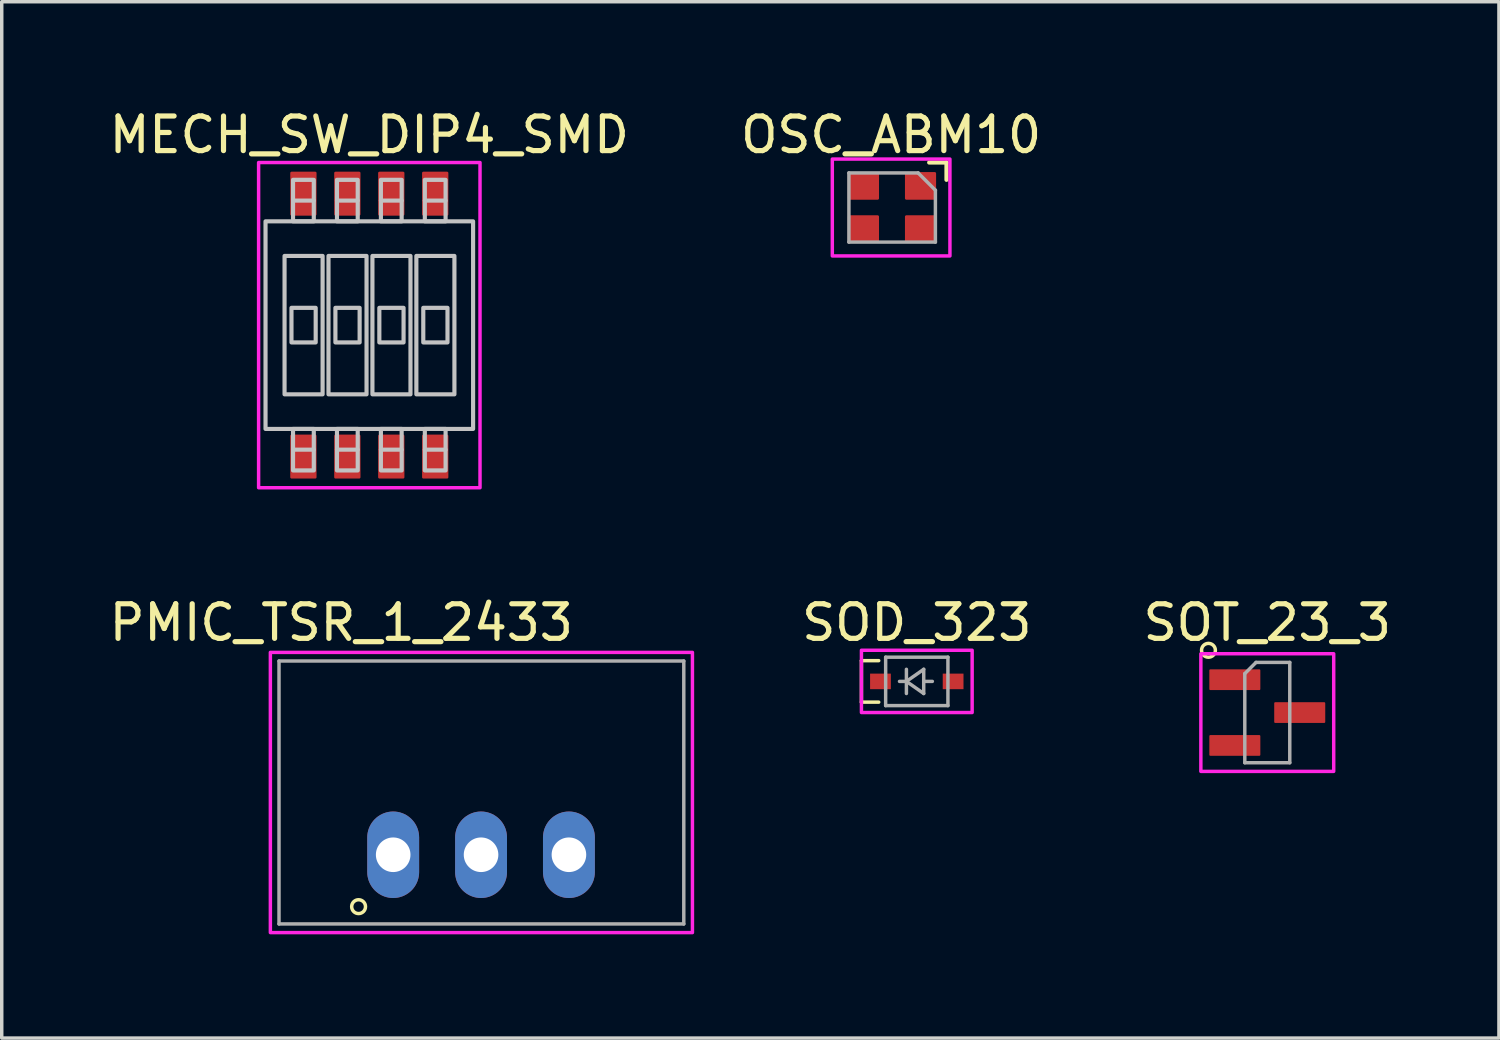
<source format=kicad_pcb>
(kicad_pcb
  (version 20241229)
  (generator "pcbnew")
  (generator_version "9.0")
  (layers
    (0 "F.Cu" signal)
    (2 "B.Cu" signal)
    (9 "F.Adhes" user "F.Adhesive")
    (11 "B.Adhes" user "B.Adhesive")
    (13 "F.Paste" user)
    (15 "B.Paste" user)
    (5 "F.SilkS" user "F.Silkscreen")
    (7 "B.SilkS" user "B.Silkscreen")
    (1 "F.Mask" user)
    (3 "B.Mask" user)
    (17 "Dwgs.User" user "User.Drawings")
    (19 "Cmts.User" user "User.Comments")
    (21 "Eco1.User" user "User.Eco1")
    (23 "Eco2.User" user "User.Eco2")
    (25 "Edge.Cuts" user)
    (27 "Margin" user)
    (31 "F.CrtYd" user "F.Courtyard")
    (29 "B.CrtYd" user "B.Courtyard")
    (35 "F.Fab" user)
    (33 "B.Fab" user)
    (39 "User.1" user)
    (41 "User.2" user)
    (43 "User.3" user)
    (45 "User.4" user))
  (footprint "PMIC_TSR_1_2433"
    (layer "F.Cu")
    (at 8.315 21.657)
    (property "Reference" "PMIC_TSR_1_2433" (at -1.5 -6.71 0) (layer "F.SilkS") (effects (font (size 1 1) (thickness 0.15))))
    (attr through_hole)
    (fp_circle (center -1 1.5) (end -0.8 1.5) (stroke (width 0.1) (type default)) (fill no) (layer "F.SilkS"))
    (fp_rect (start -3.55 2.25) (end 8.65 -5.85) (stroke (width 0.1) (type default)) (fill no) (layer "F.CrtYd"))
    (fp_line (start -3.3 -5.6) (end 8.4 -5.6) (stroke (width 0.1) (type solid)) (layer "F.Fab"))
    (fp_line (start -3.3 2) (end -3.3 -5.6) (stroke (width 0.1) (type solid)) (layer "F.Fab"))
    (fp_line (start -3.3 2) (end 8.4 2) (stroke (width 0.1) (type solid)) (layer "F.Fab"))
    (fp_line (start 8.4 2) (end 8.4 -5.6) (stroke (width 0.1) (type solid)) (layer "F.Fab"))
    (pad "1" thru_hole oval (at 0 0) (size 1.5 2.5) (drill 1) (layers "*.Cu" "*.Mask"))
    (pad "2" thru_hole oval (at 2.54 0) (size 1.5 2.5) (drill 1) (layers "*.Cu" "*.Mask"))
    (pad "3" thru_hole oval (at 5.08 0) (size 1.5 2.5) (drill 1) (layers "*.Cu" "*.Mask")))
  (footprint "OSC_ABM10"
    (layer "F.Cu")
    (at 22.733 2.948)
    (property "Reference" "OSC_ABM10" (at -0.025 -2.1 0) (unlocked yes) (layer "F.SilkS") (effects (font (size 1 1) (thickness 0.15))))
    (attr smd)
    (fp_line (start 1.075 -1.3) (end 1.575 -1.3) (stroke (width 0.12) (type solid)) (layer "F.SilkS"))
    (fp_line (start 1.575 -0.8) (end 1.575 -1.3) (stroke (width 0.12) (type solid)) (layer "F.SilkS"))
    (fp_rect (start 1.675 -1.4) (end -1.725 1.4) (stroke (width 0.1) (type solid)) (fill no) (layer "F.CrtYd"))
    (fp_line (start -1.245 -1) (end -1.245 1) (stroke (width 0.1) (type solid)) (layer "F.Fab"))
    (fp_line (start 0.755 -1) (end -1.245 -1) (stroke (width 0.1) (type solid)) (layer "F.Fab"))
    (fp_line (start 1.255 -0.5) (end 0.755 -1) (stroke (width 0.1) (type solid)) (layer "F.Fab"))
    (fp_line (start 1.255 -0.5) (end 1.255 1) (stroke (width 0.1) (type solid)) (layer "F.Fab"))
    (fp_line (start 1.255 1) (end -1.245 1) (stroke (width 0.1) (type solid)) (layer "F.Fab"))
    (pad "1" smd roundrect (at 0.825 -0.625 270) (size 0.8 0.9) (layers "F.Cu" "F.Mask" "F.Paste") (roundrect_rratio 0.05))
    (pad "2" smd roundrect (at -0.825 -0.625 270) (size 0.8 0.9) (layers "F.Cu" "F.Mask" "F.Paste") (roundrect_rratio 0.05))
    (pad "3" smd roundrect (at -0.825 0.625 270) (size 0.8 0.9) (layers "F.Cu" "F.Mask" "F.Paste") (roundrect_rratio 0.05))
    (pad "4" smd roundrect (at 0.825 0.625 270) (size 0.8 0.9) (layers "F.Cu" "F.Mask" "F.Paste") (roundrect_rratio 0.05)))
  (footprint "SOD_323"
    (layer "F.Cu")
    (at 23.45 16.646)
    (property "Reference" "SOD_323" (at 0 -1.7 0) (layer "F.SilkS") (effects (font (size 1 1) (thickness 0.15))))
    (attr smd)
    (fp_line (start -1.6 -0.6) (end -1.6 0.6) (stroke (width 0.1) (type solid)) (layer "F.SilkS"))
    (fp_line (start -1.6 -0.6) (end -1.1 -0.6) (stroke (width 0.1) (type solid)) (layer "F.SilkS"))
    (fp_line (start -1.6 0.6) (end -1.1 0.6) (stroke (width 0.1) (type solid)) (layer "F.SilkS"))
    (fp_rect (start -1.6 -0.9) (end 1.6 0.9) (stroke (width 0.1) (type default)) (fill no) (layer "F.CrtYd"))
    (fp_line (start -0.9 -0.7) (end 0.9 -0.7) (stroke (width 0.1) (type solid)) (layer "F.Fab"))
    (fp_line (start -0.9 0.7) (end -0.9 -0.7) (stroke (width 0.1) (type solid)) (layer "F.Fab"))
    (fp_line (start -0.3 -0.35) (end -0.3 0.35) (stroke (width 0.1) (type solid)) (layer "F.Fab"))
    (fp_line (start -0.3 0) (end -0.5 0) (stroke (width 0.1) (type solid)) (layer "F.Fab"))
    (fp_line (start -0.3 0) (end 0.2 -0.35) (stroke (width 0.1) (type solid)) (layer "F.Fab"))
    (fp_line (start 0.2 -0.35) (end 0.2 0.35) (stroke (width 0.1) (type solid)) (layer "F.Fab"))
    (fp_line (start 0.2 0) (end 0.45 0) (stroke (width 0.1) (type solid)) (layer "F.Fab"))
    (fp_line (start 0.2 0.35) (end -0.3 0) (stroke (width 0.1) (type solid)) (layer "F.Fab"))
    (fp_line (start 0.9 -0.7) (end 0.9 0.7) (stroke (width 0.1) (type solid)) (layer "F.Fab"))
    (fp_line (start 0.9 0.7) (end -0.9 0.7) (stroke (width 0.1) (type solid)) (layer "F.Fab"))
    (pad "1" smd rect (at -1.05 0) (size 0.6 0.45) (layers "F.Cu" "F.Mask" "F.Paste"))
    (pad "2" smd rect (at 1.05 0) (size 0.6 0.45) (layers "F.Cu" "F.Mask" "F.Paste")))
  (footprint "MECH_SW_DIP4_SMD"
    (layer "F.Cu")
    (at 7.625 6.348)
    (property "Reference" "MECH_SW_DIP4_SMD" (at 0 -5.5 0) (unlocked yes) (layer "F.SilkS") (effects (font (size 1 1) (thickness 0.15))))
    (attr smd)
    (fp_line (start -1.605 -3.6) (end -2.205 -3.6) (stroke (width 0.12) (type default)) (layer "Dwgs.User"))
    (fp_line (start -1.605 3.6) (end -2.205 3.6) (stroke (width 0.12) (type default)) (layer "Dwgs.User"))
    (fp_line (start -0.335 -3.6) (end -0.935 -3.6) (stroke (width 0.12) (type default)) (layer "Dwgs.User"))
    (fp_line (start -0.335 3.6) (end -0.935 3.6) (stroke (width 0.12) (type default)) (layer "Dwgs.User"))
    (fp_line (start 0.935 -3.6) (end 0.335 -3.6) (stroke (width 0.12) (type default)) (layer "Dwgs.User"))
    (fp_line (start 0.935 3.6) (end 0.335 3.6) (stroke (width 0.12) (type default)) (layer "Dwgs.User"))
    (fp_line (start 1.605 3.6) (end 2.205 3.6) (stroke (width 0.12) (type default)) (layer "Dwgs.User"))
    (fp_line (start 2.205 -3.6) (end 1.605 -3.6) (stroke (width 0.12) (type default)) (layer "Dwgs.User"))
    (fp_rect (start -3 -3) (end 3 3) (stroke (width 0.12) (type default)) (fill no) (layer "Dwgs.User"))
    (fp_rect (start -2.25 -0.5) (end -1.55 0.5) (stroke (width 0.12) (type default)) (fill no) (layer "Dwgs.User"))
    (fp_rect (start -2.205 -3) (end -1.605 -4.2) (stroke (width 0.12) (type default)) (fill no) (layer "Dwgs.User"))
    (fp_rect (start -2.205 4.2) (end -1.605 3) (stroke (width 0.12) (type default)) (fill no) (layer "Dwgs.User"))
    (fp_rect (start -1.35 -2) (end -2.45 2) (stroke (width 0.12) (type default)) (fill no) (layer "Dwgs.User"))
    (fp_rect (start -0.98 -0.5) (end -0.28 0.5) (stroke (width 0.12) (type default)) (fill no) (layer "Dwgs.User"))
    (fp_rect (start -0.935 -3) (end -0.335 -4.2) (stroke (width 0.12) (type default)) (fill no) (layer "Dwgs.User"))
    (fp_rect (start -0.935 4.2) (end -0.335 3) (stroke (width 0.12) (type default)) (fill no) (layer "Dwgs.User"))
    (fp_rect (start -0.08 -2) (end -1.18 2) (stroke (width 0.12) (type default)) (fill no) (layer "Dwgs.User"))
    (fp_rect (start 0.29 -0.5) (end 0.99 0.5) (stroke (width 0.12) (type default)) (fill no) (layer "Dwgs.User"))
    (fp_rect (start 0.335 -3) (end 0.935 -4.2) (stroke (width 0.12) (type default)) (fill no) (layer "Dwgs.User"))
    (fp_rect (start 0.335 4.2) (end 0.935 3) (stroke (width 0.12) (type default)) (fill no) (layer "Dwgs.User"))
    (fp_rect (start 1.19 -2) (end 0.09 2) (stroke (width 0.12) (type default)) (fill no) (layer "Dwgs.User"))
    (fp_rect (start 1.56 -0.5) (end 2.26 0.5) (stroke (width 0.12) (type default)) (fill no) (layer "Dwgs.User"))
    (fp_rect (start 1.605 -3) (end 2.205 -4.2) (stroke (width 0.12) (type default)) (fill no) (layer "Dwgs.User"))
    (fp_rect (start 2.205 3) (end 1.605 4.2) (stroke (width 0.12) (type default)) (fill no) (layer "Dwgs.User"))
    (fp_rect (start 2.46 -2) (end 1.36 2) (stroke (width 0.12) (type default)) (fill no) (layer "Dwgs.User"))
    (fp_rect (start -3.2 4.7) (end 3.2 -4.7) (stroke (width 0.1) (type default)) (fill no) (layer "F.CrtYd"))
    (pad "1" smd roundrect (at -1.905 3.8) (size 0.76 1.27) (layers "F.Cu" "F.Mask" "F.Paste") (roundrect_rratio 0.05))
    (pad "2" smd roundrect (at -0.635 3.8) (size 0.76 1.27) (layers "F.Cu" "F.Mask" "F.Paste") (roundrect_rratio 0.05))
    (pad "3" smd roundrect (at 0.635 3.8) (size 0.76 1.27) (layers "F.Cu" "F.Mask" "F.Paste") (roundrect_rratio 0.05))
    (pad "4" smd roundrect (at 1.905 3.8) (size 0.76 1.27) (layers "F.Cu" "F.Mask" "F.Paste") (roundrect_rratio 0.05))
    (pad "5" smd roundrect (at 1.905 -3.8) (size 0.76 1.27) (layers "F.Cu" "F.Mask" "F.Paste") (roundrect_rratio 0.05))
    (pad "6" smd roundrect (at 0.635 -3.8) (size 0.76 1.27) (layers "F.Cu" "F.Mask" "F.Paste") (roundrect_rratio 0.05))
    (pad "7" smd roundrect (at -0.635 -3.8) (size 0.76 1.27) (layers "F.Cu" "F.Mask" "F.Paste") (roundrect_rratio 0.05))
    (pad "8" smd roundrect (at -1.905 -3.8) (size 0.76 1.27) (layers "F.Cu" "F.Mask" "F.Paste") (roundrect_rratio 0.05)))
  (footprint "SOT_23_3"
    (layer "F.Cu")
    (at 33.581 17.547)
    (property "Reference" "SOT_23_3" (at 0 -2.6 0) (layer "F.SilkS") (effects (font (size 1 1) (thickness 0.15))))
    (attr smd)
    (fp_circle (center -1.7 -1.8) (end -1.5 -1.8) (stroke (width 0.1) (type default)) (fill no) (layer "F.SilkS"))
    (fp_rect (start -1.92 1.7) (end 1.92 -1.7) (stroke (width 0.1) (type default)) (fill no) (layer "F.CrtYd"))
    (fp_line (start -0.65 -1.125) (end -0.325 -1.45) (stroke (width 0.1) (type solid)) (layer "F.Fab"))
    (fp_line (start -0.65 1.45) (end -0.65 -1.125) (stroke (width 0.1) (type solid)) (layer "F.Fab"))
    (fp_line (start -0.325 -1.45) (end 0.65 -1.45) (stroke (width 0.1) (type solid)) (layer "F.Fab"))
    (fp_line (start 0.65 -1.45) (end 0.65 1.45) (stroke (width 0.1) (type solid)) (layer "F.Fab"))
    (fp_line (start 0.65 1.45) (end -0.65 1.45) (stroke (width 0.1) (type solid)) (layer "F.Fab"))
    (pad "1" smd roundrect (at -0.938 -0.95) (size 1.475 0.6) (layers "F.Cu" "F.Mask" "F.Paste") (roundrect_rratio 0.05))
    (pad "2" smd roundrect (at -0.938 0.95) (size 1.475 0.6) (layers "F.Cu" "F.Mask" "F.Paste") (roundrect_rratio 0.05))
    (pad "3" smd roundrect (at 0.938 0) (size 1.475 0.6) (layers "F.Cu" "F.Mask" "F.Paste") (roundrect_rratio 0.05)))
  (gr_rect
    (start -3 -3)
    (end 40.277 26.956)
    (stroke (width 0.1) (type default))
    (fill no)
    (layer "Edge.Cuts")))
</source>
